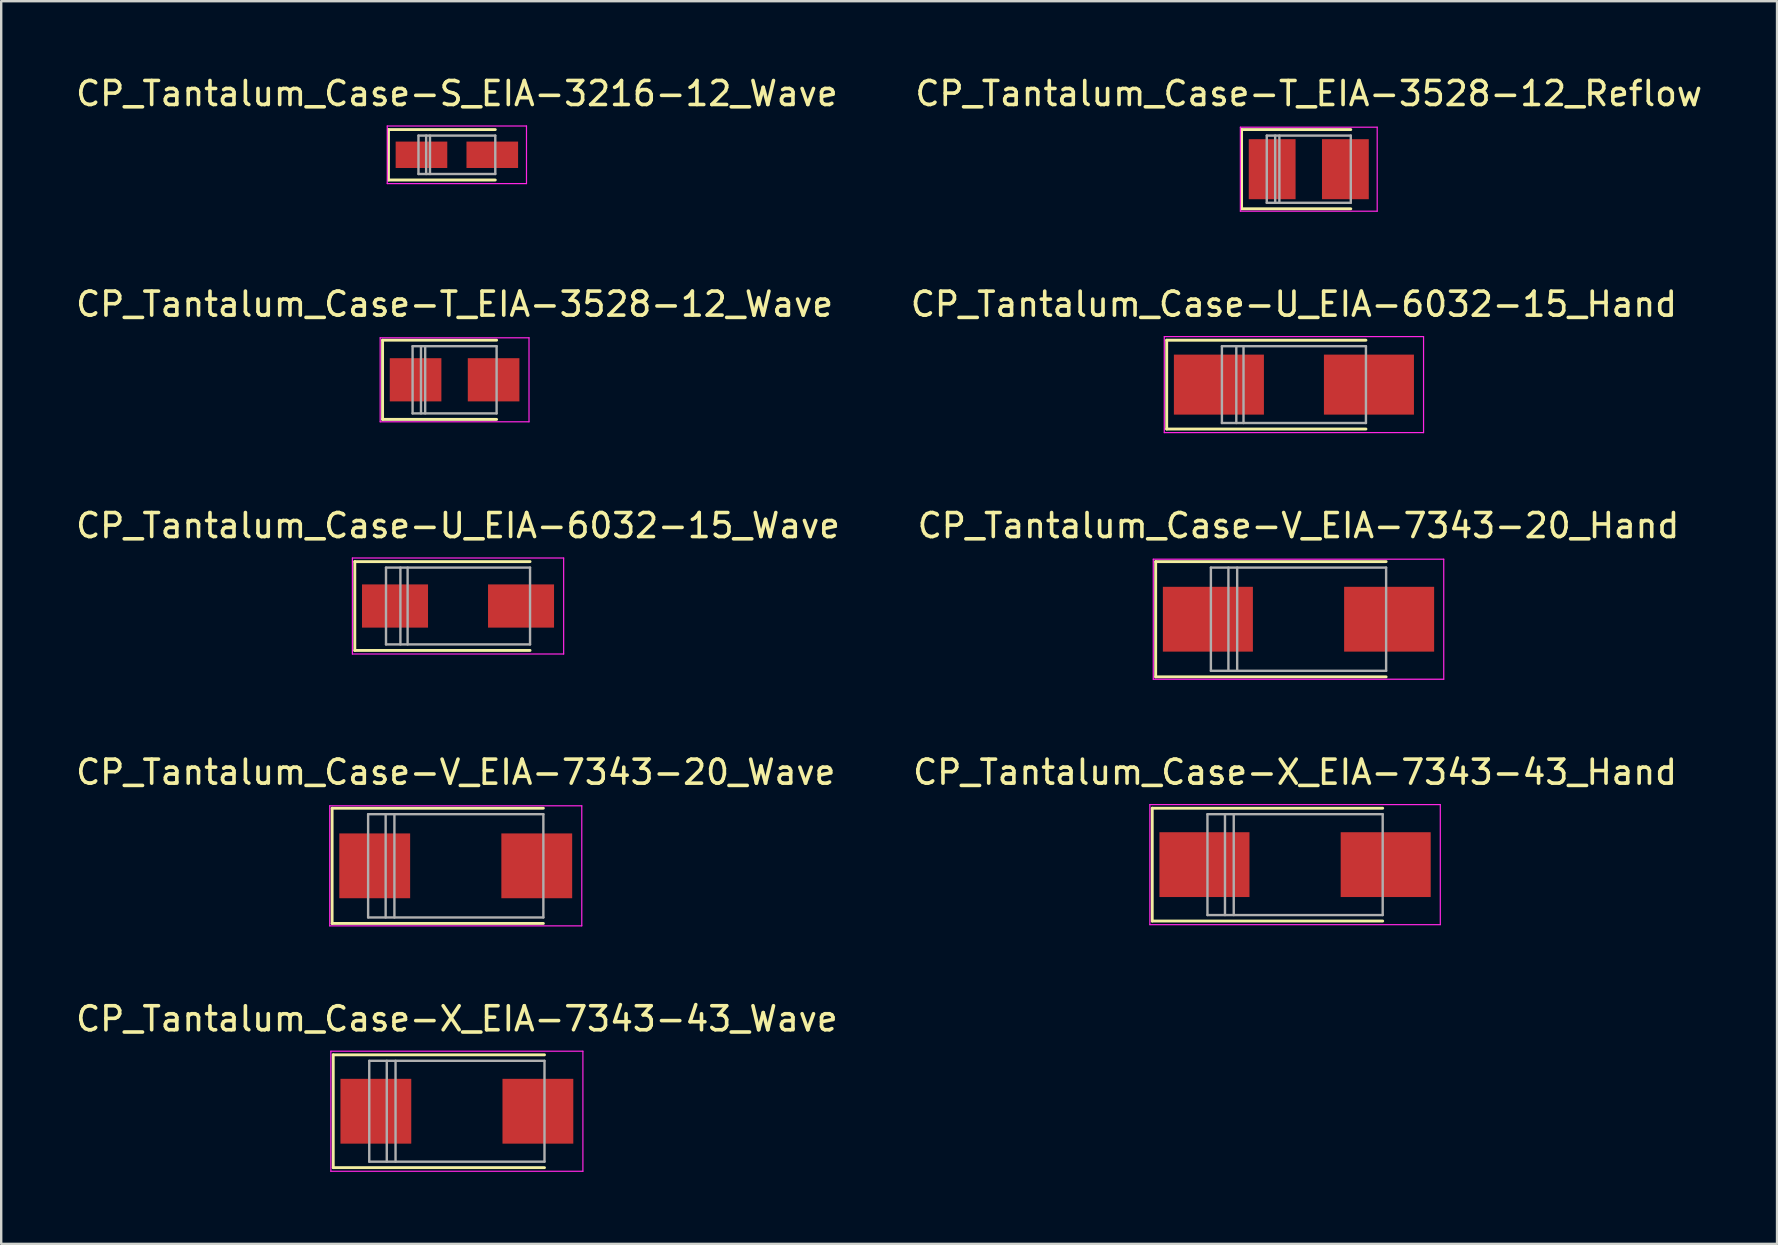
<source format=kicad_pcb>
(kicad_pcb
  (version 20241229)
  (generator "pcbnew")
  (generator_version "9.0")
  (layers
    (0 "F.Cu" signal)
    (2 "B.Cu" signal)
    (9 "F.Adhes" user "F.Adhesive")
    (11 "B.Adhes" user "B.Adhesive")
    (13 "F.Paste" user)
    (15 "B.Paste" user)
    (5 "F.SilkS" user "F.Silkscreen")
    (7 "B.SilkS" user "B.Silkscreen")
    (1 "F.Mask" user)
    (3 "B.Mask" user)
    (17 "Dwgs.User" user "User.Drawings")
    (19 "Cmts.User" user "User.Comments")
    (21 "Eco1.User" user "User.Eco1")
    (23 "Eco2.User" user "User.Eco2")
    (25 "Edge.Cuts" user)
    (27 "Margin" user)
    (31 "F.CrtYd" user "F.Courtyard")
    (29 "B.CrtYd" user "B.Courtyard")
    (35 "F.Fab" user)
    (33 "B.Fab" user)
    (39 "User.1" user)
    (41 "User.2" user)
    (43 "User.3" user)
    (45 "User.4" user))
  (footprint "CP_Tantalum_Case-X_EIA-7343-43_Hand"
    (layer "F.Cu")
    (at 50.899 32.968)
    (property "Reference" "CP_Tantalum_Case-X_EIA-7343-43_Hand" (at 0 -3.85 0) (layer "F.SilkS") (effects (font (size 1 1) (thickness 0.15))))
    (attr smd)
    (fp_line (start -5.95 -2.35) (end -5.95 2.35) (stroke (width 0.12) (type solid)) (layer "F.SilkS"))
    (fp_line (start -5.95 -2.35) (end 3.65 -2.35) (stroke (width 0.12) (type solid)) (layer "F.SilkS"))
    (fp_line (start -5.95 2.35) (end 3.65 2.35) (stroke (width 0.12) (type solid)) (layer "F.SilkS"))
    (fp_line (start -6.05 -2.5) (end -6.05 2.5) (stroke (width 0.05) (type solid)) (layer "F.CrtYd"))
    (fp_line (start -6.05 2.5) (end 6.05 2.5) (stroke (width 0.05) (type solid)) (layer "F.CrtYd"))
    (fp_line (start 6.05 -2.5) (end -6.05 -2.5) (stroke (width 0.05) (type solid)) (layer "F.CrtYd"))
    (fp_line (start 6.05 2.5) (end 6.05 -2.5) (stroke (width 0.05) (type solid)) (layer "F.CrtYd"))
    (fp_line (start -3.65 -2.1) (end -3.65 2.1) (stroke (width 0.1) (type solid)) (layer "F.Fab"))
    (fp_line (start -3.65 2.1) (end 3.65 2.1) (stroke (width 0.1) (type solid)) (layer "F.Fab"))
    (fp_line (start -2.92 -2.1) (end -2.92 2.1) (stroke (width 0.1) (type solid)) (layer "F.Fab"))
    (fp_line (start -2.555 -2.1) (end -2.555 2.1) (stroke (width 0.1) (type solid)) (layer "F.Fab"))
    (fp_line (start 3.65 -2.1) (end -3.65 -2.1) (stroke (width 0.1) (type solid)) (layer "F.Fab"))
    (fp_line (start 3.65 2.1) (end 3.65 -2.1) (stroke (width 0.1) (type solid)) (layer "F.Fab"))
    (pad "1" smd rect (at -3.775 0) (size 3.75 2.7) (layers "F.Cu" "F.Mask" "F.Paste"))
    (pad "2" smd rect (at 3.775 0) (size 3.75 2.7) (layers "F.Cu" "F.Mask" "F.Paste")))
  (footprint "CP_Tantalum_Case-S_EIA-3216-12_Wave"
    (layer "F.Cu")
    (at 15.982 3.398)
    (property "Reference" "CP_Tantalum_Case-S_EIA-3216-12_Wave" (at 0 -2.55 0) (layer "F.SilkS") (effects (font (size 1 1) (thickness 0.15))))
    (attr smd)
    (fp_line (start -2.85 -1.05) (end -2.85 1.05) (stroke (width 0.12) (type solid)) (layer "F.SilkS"))
    (fp_line (start -2.85 -1.05) (end 1.6 -1.05) (stroke (width 0.12) (type solid)) (layer "F.SilkS"))
    (fp_line (start -2.85 1.05) (end 1.6 1.05) (stroke (width 0.12) (type solid)) (layer "F.SilkS"))
    (fp_line (start -2.9 -1.2) (end -2.9 1.2) (stroke (width 0.05) (type solid)) (layer "F.CrtYd"))
    (fp_line (start -2.9 1.2) (end 2.9 1.2) (stroke (width 0.05) (type solid)) (layer "F.CrtYd"))
    (fp_line (start 2.9 -1.2) (end -2.9 -1.2) (stroke (width 0.05) (type solid)) (layer "F.CrtYd"))
    (fp_line (start 2.9 1.2) (end 2.9 -1.2) (stroke (width 0.05) (type solid)) (layer "F.CrtYd"))
    (fp_line (start -1.6 -0.8) (end -1.6 0.8) (stroke (width 0.1) (type solid)) (layer "F.Fab"))
    (fp_line (start -1.6 0.8) (end 1.6 0.8) (stroke (width 0.1) (type solid)) (layer "F.Fab"))
    (fp_line (start -1.28 -0.8) (end -1.28 0.8) (stroke (width 0.1) (type solid)) (layer "F.Fab"))
    (fp_line (start -1.12 -0.8) (end -1.12 0.8) (stroke (width 0.1) (type solid)) (layer "F.Fab"))
    (fp_line (start 1.6 -0.8) (end -1.6 -0.8) (stroke (width 0.1) (type solid)) (layer "F.Fab"))
    (fp_line (start 1.6 0.8) (end 1.6 -0.8) (stroke (width 0.1) (type solid)) (layer "F.Fab"))
    (pad "1" smd rect (at -1.475 0) (size 2.15 1.1) (layers "F.Cu" "F.Mask" "F.Paste"))
    (pad "2" smd rect (at 1.475 0) (size 2.15 1.1) (layers "F.Cu" "F.Mask" "F.Paste")))
  (footprint "CP_Tantalum_Case-U_EIA-6032-15_Hand"
    (layer "F.Cu")
    (at 50.851 12.972)
    (property "Reference" "CP_Tantalum_Case-U_EIA-6032-15_Hand" (at 0 -3.35 0) (layer "F.SilkS") (effects (font (size 1 1) (thickness 0.15))))
    (attr smd)
    (fp_line (start -5.3 -1.85) (end -5.3 1.85) (stroke (width 0.12) (type solid)) (layer "F.SilkS"))
    (fp_line (start -5.3 -1.85) (end 3 -1.85) (stroke (width 0.12) (type solid)) (layer "F.SilkS"))
    (fp_line (start -5.3 1.85) (end 3 1.85) (stroke (width 0.12) (type solid)) (layer "F.SilkS"))
    (fp_line (start -5.4 -2) (end -5.4 2) (stroke (width 0.05) (type solid)) (layer "F.CrtYd"))
    (fp_line (start -5.4 2) (end 5.4 2) (stroke (width 0.05) (type solid)) (layer "F.CrtYd"))
    (fp_line (start 5.4 -2) (end -5.4 -2) (stroke (width 0.05) (type solid)) (layer "F.CrtYd"))
    (fp_line (start 5.4 2) (end 5.4 -2) (stroke (width 0.05) (type solid)) (layer "F.CrtYd"))
    (fp_line (start -3 -1.6) (end -3 1.6) (stroke (width 0.1) (type solid)) (layer "F.Fab"))
    (fp_line (start -3 1.6) (end 3 1.6) (stroke (width 0.1) (type solid)) (layer "F.Fab"))
    (fp_line (start -2.4 -1.6) (end -2.4 1.6) (stroke (width 0.1) (type solid)) (layer "F.Fab"))
    (fp_line (start -2.1 -1.6) (end -2.1 1.6) (stroke (width 0.1) (type solid)) (layer "F.Fab"))
    (fp_line (start 3 -1.6) (end -3 -1.6) (stroke (width 0.1) (type solid)) (layer "F.Fab"))
    (fp_line (start 3 1.6) (end 3 -1.6) (stroke (width 0.1) (type solid)) (layer "F.Fab"))
    (pad "1" smd rect (at -3.125 0) (size 3.75 2.5) (layers "F.Cu" "F.Mask" "F.Paste"))
    (pad "2" smd rect (at 3.125 0) (size 3.75 2.5) (layers "F.Cu" "F.Mask" "F.Paste")))
  (footprint "CP_Tantalum_Case-U_EIA-6032-15_Wave"
    (layer "F.Cu")
    (at 16.03 22.195)
    (property "Reference" "CP_Tantalum_Case-U_EIA-6032-15_Wave" (at 0 -3.35 0) (layer "F.SilkS") (effects (font (size 1 1) (thickness 0.15))))
    (attr smd)
    (fp_line (start -4.3 -1.85) (end -4.3 1.85) (stroke (width 0.12) (type solid)) (layer "F.SilkS"))
    (fp_line (start -4.3 -1.85) (end 3 -1.85) (stroke (width 0.12) (type solid)) (layer "F.SilkS"))
    (fp_line (start -4.3 1.85) (end 3 1.85) (stroke (width 0.12) (type solid)) (layer "F.SilkS"))
    (fp_line (start -4.4 -2) (end -4.4 2) (stroke (width 0.05) (type solid)) (layer "F.CrtYd"))
    (fp_line (start -4.4 2) (end 4.4 2) (stroke (width 0.05) (type solid)) (layer "F.CrtYd"))
    (fp_line (start 4.4 -2) (end -4.4 -2) (stroke (width 0.05) (type solid)) (layer "F.CrtYd"))
    (fp_line (start 4.4 2) (end 4.4 -2) (stroke (width 0.05) (type solid)) (layer "F.CrtYd"))
    (fp_line (start -3 -1.6) (end -3 1.6) (stroke (width 0.1) (type solid)) (layer "F.Fab"))
    (fp_line (start -3 1.6) (end 3 1.6) (stroke (width 0.1) (type solid)) (layer "F.Fab"))
    (fp_line (start -2.4 -1.6) (end -2.4 1.6) (stroke (width 0.1) (type solid)) (layer "F.Fab"))
    (fp_line (start -2.1 -1.6) (end -2.1 1.6) (stroke (width 0.1) (type solid)) (layer "F.Fab"))
    (fp_line (start 3 -1.6) (end -3 -1.6) (stroke (width 0.1) (type solid)) (layer "F.Fab"))
    (fp_line (start 3 1.6) (end 3 -1.6) (stroke (width 0.1) (type solid)) (layer "F.Fab"))
    (pad "1" smd rect (at -2.625 0) (size 2.75 1.8) (layers "F.Cu" "F.Mask" "F.Paste"))
    (pad "2" smd rect (at 2.625 0) (size 2.75 1.8) (layers "F.Cu" "F.Mask" "F.Paste")))
  (footprint "CP_Tantalum_Case-T_EIA-3528-12_Reflow"
    (layer "F.Cu")
    (at 51.47 3.998)
    (property "Reference" "CP_Tantalum_Case-T_EIA-3528-12_Reflow" (at 0 -3.15 0) (layer "F.SilkS") (effects (font (size 1 1) (thickness 0.15))))
    (attr smd)
    (fp_line (start -2.8 -1.65) (end -2.8 1.65) (stroke (width 0.12) (type solid)) (layer "F.SilkS"))
    (fp_line (start -2.8 -1.65) (end 1.75 -1.65) (stroke (width 0.12) (type solid)) (layer "F.SilkS"))
    (fp_line (start -2.8 1.65) (end 1.75 1.65) (stroke (width 0.12) (type solid)) (layer "F.SilkS"))
    (fp_line (start -2.85 -1.75) (end -2.85 1.75) (stroke (width 0.05) (type solid)) (layer "F.CrtYd"))
    (fp_line (start -2.85 1.75) (end 2.85 1.75) (stroke (width 0.05) (type solid)) (layer "F.CrtYd"))
    (fp_line (start 2.85 -1.75) (end -2.85 -1.75) (stroke (width 0.05) (type solid)) (layer "F.CrtYd"))
    (fp_line (start 2.85 1.75) (end 2.85 -1.75) (stroke (width 0.05) (type solid)) (layer "F.CrtYd"))
    (fp_line (start -1.75 -1.4) (end -1.75 1.4) (stroke (width 0.1) (type solid)) (layer "F.Fab"))
    (fp_line (start -1.75 1.4) (end 1.75 1.4) (stroke (width 0.1) (type solid)) (layer "F.Fab"))
    (fp_line (start -1.4 -1.4) (end -1.4 1.4) (stroke (width 0.1) (type solid)) (layer "F.Fab"))
    (fp_line (start -1.225 -1.4) (end -1.225 1.4) (stroke (width 0.1) (type solid)) (layer "F.Fab"))
    (fp_line (start 1.75 -1.4) (end -1.75 -1.4) (stroke (width 0.1) (type solid)) (layer "F.Fab"))
    (fp_line (start 1.75 1.4) (end 1.75 -1.4) (stroke (width 0.1) (type solid)) (layer "F.Fab"))
    (pad "1" smd rect (at -1.525 0) (size 1.95 2.5) (layers "F.Cu" "F.Mask" "F.Paste"))
    (pad "2" smd rect (at 1.525 0) (size 1.95 2.5) (layers "F.Cu" "F.Mask" "F.Paste")))
  (footprint "CP_Tantalum_Case-X_EIA-7343-43_Wave"
    (layer "F.Cu")
    (at 15.982 43.241)
    (property "Reference" "CP_Tantalum_Case-X_EIA-7343-43_Wave" (at 0 -3.85 0) (layer "F.SilkS") (effects (font (size 1 1) (thickness 0.15))))
    (attr smd)
    (fp_line (start -5.15 -2.35) (end -5.15 2.35) (stroke (width 0.12) (type solid)) (layer "F.SilkS"))
    (fp_line (start -5.15 -2.35) (end 3.65 -2.35) (stroke (width 0.12) (type solid)) (layer "F.SilkS"))
    (fp_line (start -5.15 2.35) (end 3.65 2.35) (stroke (width 0.12) (type solid)) (layer "F.SilkS"))
    (fp_line (start -5.25 -2.5) (end -5.25 2.5) (stroke (width 0.05) (type solid)) (layer "F.CrtYd"))
    (fp_line (start -5.25 2.5) (end 5.25 2.5) (stroke (width 0.05) (type solid)) (layer "F.CrtYd"))
    (fp_line (start 5.25 -2.5) (end -5.25 -2.5) (stroke (width 0.05) (type solid)) (layer "F.CrtYd"))
    (fp_line (start 5.25 2.5) (end 5.25 -2.5) (stroke (width 0.05) (type solid)) (layer "F.CrtYd"))
    (fp_line (start -3.65 -2.1) (end -3.65 2.1) (stroke (width 0.1) (type solid)) (layer "F.Fab"))
    (fp_line (start -3.65 2.1) (end 3.65 2.1) (stroke (width 0.1) (type solid)) (layer "F.Fab"))
    (fp_line (start -2.92 -2.1) (end -2.92 2.1) (stroke (width 0.1) (type solid)) (layer "F.Fab"))
    (fp_line (start -2.555 -2.1) (end -2.555 2.1) (stroke (width 0.1) (type solid)) (layer "F.Fab"))
    (fp_line (start 3.65 -2.1) (end -3.65 -2.1) (stroke (width 0.1) (type solid)) (layer "F.Fab"))
    (fp_line (start 3.65 2.1) (end 3.65 -2.1) (stroke (width 0.1) (type solid)) (layer "F.Fab"))
    (pad "1" smd rect (at -3.375 0) (size 2.95 2.7) (layers "F.Cu" "F.Mask" "F.Paste"))
    (pad "2" smd rect (at 3.375 0) (size 2.95 2.7) (layers "F.Cu" "F.Mask" "F.Paste")))
  (footprint "CP_Tantalum_Case-T_EIA-3528-12_Wave"
    (layer "F.Cu")
    (at 15.887 12.771)
    (property "Reference" "CP_Tantalum_Case-T_EIA-3528-12_Wave" (at 0 -3.15 0) (layer "F.SilkS") (effects (font (size 1 1) (thickness 0.15))))
    (attr smd)
    (fp_line (start -3 -1.65) (end -3 1.65) (stroke (width 0.12) (type solid)) (layer "F.SilkS"))
    (fp_line (start -3 -1.65) (end 1.75 -1.65) (stroke (width 0.12) (type solid)) (layer "F.SilkS"))
    (fp_line (start -3 1.65) (end 1.75 1.65) (stroke (width 0.12) (type solid)) (layer "F.SilkS"))
    (fp_line (start -3.1 -1.75) (end -3.1 1.75) (stroke (width 0.05) (type solid)) (layer "F.CrtYd"))
    (fp_line (start -3.1 1.75) (end 3.1 1.75) (stroke (width 0.05) (type solid)) (layer "F.CrtYd"))
    (fp_line (start 3.1 -1.75) (end -3.1 -1.75) (stroke (width 0.05) (type solid)) (layer "F.CrtYd"))
    (fp_line (start 3.1 1.75) (end 3.1 -1.75) (stroke (width 0.05) (type solid)) (layer "F.CrtYd"))
    (fp_line (start -1.75 -1.4) (end -1.75 1.4) (stroke (width 0.1) (type solid)) (layer "F.Fab"))
    (fp_line (start -1.75 1.4) (end 1.75 1.4) (stroke (width 0.1) (type solid)) (layer "F.Fab"))
    (fp_line (start -1.4 -1.4) (end -1.4 1.4) (stroke (width 0.1) (type solid)) (layer "F.Fab"))
    (fp_line (start -1.225 -1.4) (end -1.225 1.4) (stroke (width 0.1) (type solid)) (layer "F.Fab"))
    (fp_line (start 1.75 -1.4) (end -1.75 -1.4) (stroke (width 0.1) (type solid)) (layer "F.Fab"))
    (fp_line (start 1.75 1.4) (end 1.75 -1.4) (stroke (width 0.1) (type solid)) (layer "F.Fab"))
    (pad "1" smd rect (at -1.625 0) (size 2.15 1.8) (layers "F.Cu" "F.Mask" "F.Paste"))
    (pad "2" smd rect (at 1.625 0) (size 2.15 1.8) (layers "F.Cu" "F.Mask" "F.Paste")))
  (footprint "CP_Tantalum_Case-V_EIA-7343-20_Hand"
    (layer "F.Cu")
    (at 51.042 22.745)
    (property "Reference" "CP_Tantalum_Case-V_EIA-7343-20_Hand" (at 0 -3.9 0) (layer "F.SilkS") (effects (font (size 1 1) (thickness 0.15))))
    (attr smd)
    (fp_line (start -5.95 -2.4) (end -5.95 2.4) (stroke (width 0.12) (type solid)) (layer "F.SilkS"))
    (fp_line (start -5.95 -2.4) (end 3.65 -2.4) (stroke (width 0.12) (type solid)) (layer "F.SilkS"))
    (fp_line (start -5.95 2.4) (end 3.65 2.4) (stroke (width 0.12) (type solid)) (layer "F.SilkS"))
    (fp_line (start -6.05 -2.5) (end -6.05 2.5) (stroke (width 0.05) (type solid)) (layer "F.CrtYd"))
    (fp_line (start -6.05 2.5) (end 6.05 2.5) (stroke (width 0.05) (type solid)) (layer "F.CrtYd"))
    (fp_line (start 6.05 -2.5) (end -6.05 -2.5) (stroke (width 0.05) (type solid)) (layer "F.CrtYd"))
    (fp_line (start 6.05 2.5) (end 6.05 -2.5) (stroke (width 0.05) (type solid)) (layer "F.CrtYd"))
    (fp_line (start -3.65 -2.15) (end -3.65 2.15) (stroke (width 0.1) (type solid)) (layer "F.Fab"))
    (fp_line (start -3.65 2.15) (end 3.65 2.15) (stroke (width 0.1) (type solid)) (layer "F.Fab"))
    (fp_line (start -2.92 -2.15) (end -2.92 2.15) (stroke (width 0.1) (type solid)) (layer "F.Fab"))
    (fp_line (start -2.555 -2.15) (end -2.555 2.15) (stroke (width 0.1) (type solid)) (layer "F.Fab"))
    (fp_line (start 3.65 -2.15) (end -3.65 -2.15) (stroke (width 0.1) (type solid)) (layer "F.Fab"))
    (fp_line (start 3.65 2.15) (end 3.65 -2.15) (stroke (width 0.1) (type solid)) (layer "F.Fab"))
    (pad "1" smd rect (at -3.775 0) (size 3.75 2.7) (layers "F.Cu" "F.Mask" "F.Paste"))
    (pad "2" smd rect (at 3.775 0) (size 3.75 2.7) (layers "F.Cu" "F.Mask" "F.Paste")))
  (footprint "CP_Tantalum_Case-V_EIA-7343-20_Wave"
    (layer "F.Cu")
    (at 15.935 33.018)
    (property "Reference" "CP_Tantalum_Case-V_EIA-7343-20_Wave" (at 0 -3.9 0) (layer "F.SilkS") (effects (font (size 1 1) (thickness 0.15))))
    (attr smd)
    (fp_line (start -5.15 -2.4) (end -5.15 2.4) (stroke (width 0.12) (type solid)) (layer "F.SilkS"))
    (fp_line (start -5.15 -2.4) (end 3.65 -2.4) (stroke (width 0.12) (type solid)) (layer "F.SilkS"))
    (fp_line (start -5.15 2.4) (end 3.65 2.4) (stroke (width 0.12) (type solid)) (layer "F.SilkS"))
    (fp_line (start -5.25 -2.5) (end -5.25 2.5) (stroke (width 0.05) (type solid)) (layer "F.CrtYd"))
    (fp_line (start -5.25 2.5) (end 5.25 2.5) (stroke (width 0.05) (type solid)) (layer "F.CrtYd"))
    (fp_line (start 5.25 -2.5) (end -5.25 -2.5) (stroke (width 0.05) (type solid)) (layer "F.CrtYd"))
    (fp_line (start 5.25 2.5) (end 5.25 -2.5) (stroke (width 0.05) (type solid)) (layer "F.CrtYd"))
    (fp_line (start -3.65 -2.15) (end -3.65 2.15) (stroke (width 0.1) (type solid)) (layer "F.Fab"))
    (fp_line (start -3.65 2.15) (end 3.65 2.15) (stroke (width 0.1) (type solid)) (layer "F.Fab"))
    (fp_line (start -2.92 -2.15) (end -2.92 2.15) (stroke (width 0.1) (type solid)) (layer "F.Fab"))
    (fp_line (start -2.555 -2.15) (end -2.555 2.15) (stroke (width 0.1) (type solid)) (layer "F.Fab"))
    (fp_line (start 3.65 -2.15) (end -3.65 -2.15) (stroke (width 0.1) (type solid)) (layer "F.Fab"))
    (fp_line (start 3.65 2.15) (end 3.65 -2.15) (stroke (width 0.1) (type solid)) (layer "F.Fab"))
    (pad "1" smd rect (at -3.375 0) (size 2.95 2.7) (layers "F.Cu" "F.Mask" "F.Paste"))
    (pad "2" smd rect (at 3.375 0) (size 2.95 2.7) (layers "F.Cu" "F.Mask" "F.Paste")))
  (gr_rect
    (start -3 -3)
    (end 70.976 48.766)
    (stroke (width 0.1) (type default))
    (fill no)
    (layer "Edge.Cuts")))
</source>
